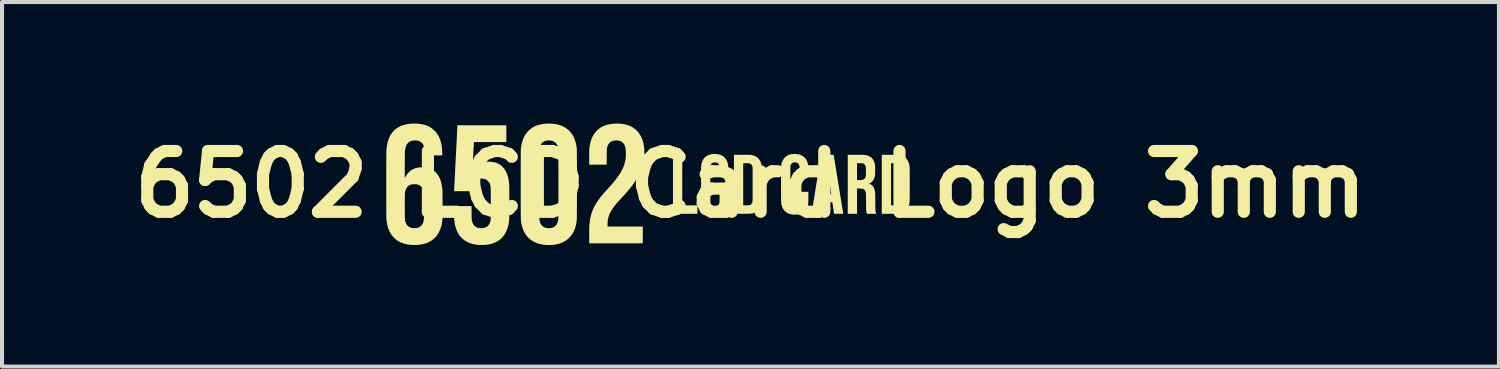
<source format=kicad_pcb>
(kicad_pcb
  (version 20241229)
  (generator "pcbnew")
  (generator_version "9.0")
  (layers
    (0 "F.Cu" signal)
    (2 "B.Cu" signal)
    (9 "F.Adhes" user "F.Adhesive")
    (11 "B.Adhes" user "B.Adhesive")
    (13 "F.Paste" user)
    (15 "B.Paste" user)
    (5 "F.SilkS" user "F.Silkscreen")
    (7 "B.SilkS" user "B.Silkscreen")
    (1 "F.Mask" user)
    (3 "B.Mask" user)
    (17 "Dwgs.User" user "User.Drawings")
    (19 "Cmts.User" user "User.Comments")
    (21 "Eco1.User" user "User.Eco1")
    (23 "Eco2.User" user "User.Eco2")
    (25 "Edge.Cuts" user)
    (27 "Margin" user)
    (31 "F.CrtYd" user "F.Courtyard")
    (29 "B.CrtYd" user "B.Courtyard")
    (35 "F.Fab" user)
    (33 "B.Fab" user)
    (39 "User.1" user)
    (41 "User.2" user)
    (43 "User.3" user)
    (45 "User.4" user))
  (footprint "6502 LCD Card Logo 3mm"
    (layer "F.Cu")
    (at 15.479 1.5)
    (property "Reference" "6502 LCD Card Logo 3mm" (at 0 0 0) (layer "F.SilkS") (effects (font (size 1.5 1.5) (thickness 0.3))))
    (attr board_only exclude_from_pos_files exclude_from_bom)
    (fp_poly (pts (xy -1.685 -0.104) (xy -1.685 0.52) (xy -1.498 0.52) (xy -1.31 0.52) (xy -1.31 0.624) (xy -1.31 0.728) (xy -1.612 0.728) (xy -1.914 0.728) (xy -1.914 0) (xy -1.914 -0.728) (xy -1.8 -0.728) (xy -1.685 -0.728)) (stroke (width 0) (type solid)) (fill yes) (layer "F.SilkS"))
    (fp_poly (pts (xy -0.18 -0.728) (xy -0.147 -0.728) (xy -0.118 -0.728) (xy -0.093 -0.728) (xy -0.072 -0.728) (xy -0.054 -0.728) (xy -0.039 -0.727) (xy -0.026 -0.727) (xy -0.015 -0.726) (xy -0.007 -0.726) (xy 0.001 -0.725) (xy 0.004 -0.725) (xy 0.046 -0.717) (xy 0.085 -0.707) (xy 0.12 -0.692) (xy 0.151 -0.675) (xy 0.179 -0.653) (xy 0.203 -0.628) (xy 0.212 -0.617) (xy 0.232 -0.588) (xy 0.247 -0.556) (xy 0.26 -0.522) (xy 0.27 -0.484) (xy 0.276 -0.443) (xy 0.279 -0.412) (xy 0.279 -0.404) (xy 0.28 -0.392) (xy 0.28 -0.375) (xy 0.28 -0.354) (xy 0.281 -0.329) (xy 0.281 -0.302) (xy 0.281 -0.271) (xy 0.281 -0.238) (xy 0.281 -0.202) (xy 0.281 -0.165) (xy 0.282 -0.126) (xy 0.282 -0.086) (xy 0.282 -0.046) (xy 0.282 -0.005) (xy 0.282 0.036) (xy 0.282 0.077) (xy 0.282 0.117) (xy 0.282 0.156) (xy 0.281 0.194) (xy 0.281 0.229) (xy 0.281 0.263) (xy 0.281 0.294) (xy 0.281 0.323) (xy 0.28 0.348) (xy 0.28 0.37) (xy 0.28 0.388) (xy 0.28 0.401) (xy 0.279 0.41) (xy 0.279 0.411) (xy 0.274 0.458) (xy 0.266 0.501) (xy 0.254 0.54) (xy 0.239 0.575) (xy 0.22 0.607) (xy 0.198 0.635) (xy 0.172 0.659) (xy 0.143 0.68) (xy 0.11 0.697) (xy 0.074 0.71) (xy 0.034 0.72) (xy 0.004 0.725) (xy -0.003 0.725) (xy -0.011 0.726) (xy -0.021 0.727) (xy -0.032 0.727) (xy -0.046 0.727) (xy -0.063 0.728) (xy -0.082 0.728) (xy -0.105 0.728) (xy -0.132 0.728) (xy -0.163 0.728) (xy -0.198 0.728) (xy -0.218 0.728) (xy -0.409 0.728) (xy -0.409 0) (xy -0.409 -0.52) (xy -0.18 -0.52) (xy -0.18 0) (xy -0.18 0.52) (xy -0.111 0.52) (xy -0.089 0.52) (xy -0.071 0.52) (xy -0.057 0.52) (xy -0.046 0.519) (xy -0.037 0.518) (xy -0.03 0.517) (xy -0.027 0.516) (xy -0.006 0.509) (xy 0.012 0.497) (xy 0.026 0.482) (xy 0.037 0.464) (xy 0.046 0.441) (xy 0.048 0.432) (xy 0.048 0.429) (xy 0.049 0.426) (xy 0.049 0.422) (xy 0.05 0.417) (xy 0.05 0.411) (xy 0.05 0.404) (xy 0.051 0.395) (xy 0.051 0.384) (xy 0.051 0.371) (xy 0.051 0.355) (xy 0.051 0.337) (xy 0.052 0.317) (xy 0.052 0.293) (xy 0.052 0.265) (xy 0.052 0.235) (xy 0.052 0.2) (xy 0.052 0.161) (xy 0.052 0.119) (xy 0.052 0.071) (xy 0.052 0.019) (xy 0.052 0) (xy 0.052 -0.054) (xy 0.052 -0.103) (xy 0.052 -0.147) (xy 0.052 -0.187) (xy 0.052 -0.223) (xy 0.052 -0.255) (xy 0.052 -0.284) (xy 0.052 -0.309) (xy 0.052 -0.331) (xy 0.051 -0.35) (xy 0.051 -0.366) (xy 0.051 -0.38) (xy 0.051 -0.391) (xy 0.05 -0.401) (xy 0.05 -0.409) (xy 0.05 -0.415) (xy 0.049 -0.421) (xy 0.049 -0.425) (xy 0.048 -0.428) (xy 0.048 -0.431) (xy 0.048 -0.432) (xy 0.04 -0.457) (xy 0.03 -0.477) (xy 0.017 -0.493) (xy 0.000051 -0.505) (xy -0.02 -0.514) (xy -0.027 -0.516) (xy -0.033 -0.518) (xy -0.041 -0.519) (xy -0.05 -0.519) (xy -0.063 -0.52) (xy -0.078 -0.52) (xy -0.098 -0.52) (xy -0.111 -0.52) (xy -0.18 -0.52) (xy -0.409 -0.52) (xy -0.409 -0.728) (xy -0.218 -0.728)) (stroke (width 0) (type solid)) (fill yes) (layer "F.SilkS"))
    (fp_poly (pts (xy 3.47 -0.728) (xy 3.503 -0.728) (xy 3.532 -0.728) (xy 3.557 -0.728) (xy 3.578 -0.728) (xy 3.596 -0.728) (xy 3.611 -0.727) (xy 3.624 -0.727) (xy 3.635 -0.726) (xy 3.643 -0.726) (xy 3.651 -0.725) (xy 3.654 -0.725) (xy 3.696 -0.717) (xy 3.735 -0.707) (xy 3.77 -0.692) (xy 3.801 -0.674) (xy 3.829 -0.653) (xy 3.853 -0.628) (xy 3.874 -0.599) (xy 3.885 -0.579) (xy 3.898 -0.553) (xy 3.908 -0.527) (xy 3.916 -0.5) (xy 3.922 -0.472) (xy 3.926 -0.44) (xy 3.929 -0.405) (xy 3.929 -0.398) (xy 3.93 -0.386) (xy 3.93 -0.37) (xy 3.93 -0.35) (xy 3.93 -0.326) (xy 3.931 -0.298) (xy 3.931 -0.267) (xy 3.931 -0.234) (xy 3.931 -0.198) (xy 3.931 -0.159) (xy 3.931 -0.119) (xy 3.932 -0.078) (xy 3.932 -0.035) (xy 3.932 0) (xy 3.932 0.043) (xy 3.932 0.086) (xy 3.931 0.127) (xy 3.931 0.167) (xy 3.931 0.205) (xy 3.931 0.24) (xy 3.931 0.274) (xy 3.931 0.304) (xy 3.93 0.331) (xy 3.93 0.354) (xy 3.93 0.374) (xy 3.93 0.389) (xy 3.929 0.4) (xy 3.929 0.405) (xy 3.926 0.441) (xy 3.922 0.472) (xy 3.916 0.501) (xy 3.908 0.528) (xy 3.898 0.553) (xy 3.885 0.579) (xy 3.867 0.61) (xy 3.844 0.638) (xy 3.819 0.662) (xy 3.789 0.682) (xy 3.757 0.698) (xy 3.72 0.711) (xy 3.681 0.721) (xy 3.654 0.725) (xy 3.647 0.725) (xy 3.639 0.726) (xy 3.629 0.727) (xy 3.618 0.727) (xy 3.604 0.727) (xy 3.587 0.728) (xy 3.568 0.728) (xy 3.545 0.728) (xy 3.518 0.728) (xy 3.487 0.728) (xy 3.452 0.728) (xy 3.432 0.728) (xy 3.241 0.728) (xy 3.241 0) (xy 3.241 -0.52) (xy 3.47 -0.52) (xy 3.47 0) (xy 3.47 0.52) (xy 3.539 0.52) (xy 3.563 0.52) (xy 3.582 0.52) (xy 3.597 0.519) (xy 3.609 0.519) (xy 3.617 0.518) (xy 3.621 0.517) (xy 3.636 0.512) (xy 3.648 0.507) (xy 3.658 0.5) (xy 3.665 0.493) (xy 3.679 0.477) (xy 3.69 0.457) (xy 3.697 0.433) (xy 3.698 0.432) (xy 3.698 0.429) (xy 3.699 0.426) (xy 3.699 0.422) (xy 3.7 0.417) (xy 3.7 0.411) (xy 3.7 0.403) (xy 3.701 0.394) (xy 3.701 0.383) (xy 3.701 0.37) (xy 3.701 0.355) (xy 3.701 0.336) (xy 3.702 0.315) (xy 3.702 0.291) (xy 3.702 0.264) (xy 3.702 0.233) (xy 3.702 0.198) (xy 3.702 0.159) (xy 3.702 0.116) (xy 3.702 0.068) (xy 3.702 0.016) (xy 3.702 0) (xy 3.702 -0.054) (xy 3.702 -0.103) (xy 3.702 -0.147) (xy 3.702 -0.187) (xy 3.702 -0.223) (xy 3.702 -0.255) (xy 3.702 -0.284) (xy 3.702 -0.309) (xy 3.702 -0.331) (xy 3.701 -0.35) (xy 3.701 -0.366) (xy 3.701 -0.38) (xy 3.701 -0.391) (xy 3.7 -0.401) (xy 3.7 -0.409) (xy 3.7 -0.415) (xy 3.699 -0.421) (xy 3.699 -0.425) (xy 3.698 -0.428) (xy 3.698 -0.431) (xy 3.698 -0.432) (xy 3.69 -0.456) (xy 3.68 -0.476) (xy 3.666 -0.493) (xy 3.666 -0.493) (xy 3.658 -0.5) (xy 3.65 -0.506) (xy 3.642 -0.51) (xy 3.633 -0.514) (xy 3.622 -0.516) (xy 3.61 -0.518) (xy 3.594 -0.519) (xy 3.575 -0.52) (xy 3.551 -0.52) (xy 3.539 -0.52) (xy 3.47 -0.52) (xy 3.241 -0.52) (xy 3.241 -0.728) (xy 3.432 -0.728)) (stroke (width 0) (type solid)) (fill yes) (layer "F.SilkS"))
    (fp_poly (pts (xy -0.874 -0.749) (xy -0.855 -0.748) (xy -0.839 -0.747) (xy -0.826 -0.746) (xy -0.786 -0.739) (xy -0.751 -0.729) (xy -0.718 -0.716) (xy -0.703 -0.709) (xy -0.672 -0.69) (xy -0.645 -0.666) (xy -0.62 -0.639) (xy -0.599 -0.609) (xy -0.582 -0.575) (xy -0.568 -0.537) (xy -0.564 -0.524) (xy -0.561 -0.512) (xy -0.558 -0.502) (xy -0.556 -0.492) (xy -0.554 -0.481) (xy -0.553 -0.471) (xy -0.552 -0.458) (xy -0.551 -0.444) (xy -0.55 -0.427) (xy -0.55 -0.408) (xy -0.549 -0.384) (xy -0.549 -0.356) (xy -0.549 -0.35) (xy -0.548 -0.239) (xy -0.656 -0.239) (xy -0.764 -0.239) (xy -0.764 -0.336) (xy -0.764 -0.363) (xy -0.764 -0.385) (xy -0.764 -0.403) (xy -0.765 -0.418) (xy -0.765 -0.429) (xy -0.766 -0.439) (xy -0.767 -0.446) (xy -0.768 -0.452) (xy -0.768 -0.452) (xy -0.775 -0.477) (xy -0.785 -0.497) (xy -0.798 -0.514) (xy -0.814 -0.526) (xy -0.834 -0.535) (xy -0.857 -0.54) (xy -0.878 -0.541) (xy -0.904 -0.539) (xy -0.926 -0.534) (xy -0.945 -0.524) (xy -0.961 -0.511) (xy -0.973 -0.494) (xy -0.983 -0.472) (xy -0.989 -0.452) (xy -0.989 -0.447) (xy -0.99 -0.437) (xy -0.99 -0.423) (xy -0.991 -0.404) (xy -0.991 -0.382) (xy -0.991 -0.357) (xy -0.992 -0.328) (xy -0.992 -0.296) (xy -0.992 -0.263) (xy -0.992 -0.226) (xy -0.993 -0.189) (xy -0.993 -0.149) (xy -0.993 -0.109) (xy -0.993 -0.067) (xy -0.993 -0.025) (xy -0.993 0.017) (xy -0.993 0.059) (xy -0.993 0.1) (xy -0.993 0.141) (xy -0.993 0.181) (xy -0.992 0.219) (xy -0.992 0.255) (xy -0.992 0.29) (xy -0.992 0.322) (xy -0.991 0.351) (xy -0.991 0.377) (xy -0.991 0.4) (xy -0.99 0.419) (xy -0.99 0.434) (xy -0.989 0.445) (xy -0.989 0.451) (xy -0.989 0.451) (xy -0.982 0.476) (xy -0.973 0.496) (xy -0.96 0.512) (xy -0.945 0.525) (xy -0.927 0.534) (xy -0.905 0.539) (xy -0.895 0.54) (xy -0.869 0.541) (xy -0.845 0.538) (xy -0.824 0.531) (xy -0.805 0.52) (xy -0.79 0.505) (xy -0.779 0.486) (xy -0.775 0.477) (xy -0.772 0.471) (xy -0.77 0.465) (xy -0.769 0.458) (xy -0.767 0.451) (xy -0.766 0.442) (xy -0.766 0.432) (xy -0.765 0.419) (xy -0.765 0.404) (xy -0.764 0.385) (xy -0.764 0.363) (xy -0.764 0.337) (xy -0.764 0.311) (xy -0.764 0.185) (xy -0.656 0.185) (xy -0.548 0.185) (xy -0.549 0.323) (xy -0.549 0.354) (xy -0.55 0.381) (xy -0.55 0.404) (xy -0.55 0.423) (xy -0.551 0.44) (xy -0.551 0.453) (xy -0.552 0.465) (xy -0.553 0.476) (xy -0.555 0.485) (xy -0.557 0.494) (xy -0.559 0.504) (xy -0.561 0.513) (xy -0.564 0.524) (xy -0.576 0.559) (xy -0.591 0.593) (xy -0.61 0.624) (xy -0.631 0.652) (xy -0.655 0.677) (xy -0.667 0.686) (xy -0.695 0.705) (xy -0.726 0.72) (xy -0.761 0.732) (xy -0.799 0.742) (xy -0.826 0.746) (xy -0.835 0.747) (xy -0.848 0.748) (xy -0.864 0.748) (xy -0.881 0.748) (xy -0.898 0.748) (xy -0.914 0.748) (xy -0.927 0.748) (xy -0.937 0.747) (xy -0.952 0.745) (xy -0.969 0.742) (xy -0.988 0.738) (xy -1.005 0.733) (xy -1.02 0.729) (xy -1.022 0.728) (xy -1.057 0.713) (xy -1.089 0.695) (xy -1.118 0.672) (xy -1.143 0.646) (xy -1.165 0.616) (xy -1.183 0.582) (xy -1.198 0.545) (xy -1.21 0.504) (xy -1.214 0.484) (xy -1.22 0.453) (xy -1.22 0) (xy -1.22 -0.453) (xy -1.214 -0.484) (xy -1.204 -0.527) (xy -1.191 -0.566) (xy -1.174 -0.601) (xy -1.154 -0.633) (xy -1.13 -0.661) (xy -1.103 -0.685) (xy -1.073 -0.705) (xy -1.039 -0.721) (xy -1.002 -0.734) (xy -0.961 -0.743) (xy -0.943 -0.746) (xy -0.93 -0.747) (xy -0.913 -0.748) (xy -0.894 -0.749)) (stroke (width 0) (type solid)) (fill yes) (layer "F.SilkS"))
    (fp_poly (pts (xy 2.63 -0.728) (xy 2.666 -0.728) (xy 2.698 -0.728) (xy 2.727 -0.728) (xy 2.751 -0.727) (xy 2.773 -0.727) (xy 2.792 -0.726) (xy 2.808 -0.725) (xy 2.823 -0.723) (xy 2.836 -0.722) (xy 2.848 -0.72) (xy 2.859 -0.717) (xy 2.87 -0.715) (xy 2.881 -0.711) (xy 2.892 -0.708) (xy 2.895 -0.707) (xy 2.928 -0.694) (xy 2.958 -0.678) (xy 2.984 -0.66) (xy 3.006 -0.638) (xy 3.026 -0.612) (xy 3.042 -0.583) (xy 3.056 -0.55) (xy 3.066 -0.512) (xy 3.073 -0.481) (xy 3.074 -0.47) (xy 3.076 -0.456) (xy 3.076 -0.437) (xy 3.077 -0.416) (xy 3.078 -0.393) (xy 3.078 -0.368) (xy 3.078 -0.343) (xy 3.078 -0.318) (xy 3.077 -0.294) (xy 3.077 -0.272) (xy 3.076 -0.252) (xy 3.075 -0.235) (xy 3.074 -0.223) (xy 3.073 -0.218) (xy 3.064 -0.179) (xy 3.052 -0.143) (xy 3.037 -0.112) (xy 3.019 -0.084) (xy 2.998 -0.061) (xy 2.973 -0.041) (xy 2.95 -0.027) (xy 2.941 -0.022) (xy 2.934 -0.018) (xy 2.93 -0.015) (xy 2.93 -0.014) (xy 2.933 -0.012) (xy 2.938 -0.009) (xy 2.94 -0.009) (xy 2.966 0.002) (xy 2.989 0.017) (xy 3.01 0.035) (xy 3.028 0.056) (xy 3.043 0.082) (xy 3.055 0.111) (xy 3.065 0.144) (xy 3.073 0.182) (xy 3.075 0.199) (xy 3.076 0.205) (xy 3.077 0.213) (xy 3.078 0.223) (xy 3.078 0.234) (xy 3.079 0.249) (xy 3.079 0.266) (xy 3.08 0.286) (xy 3.08 0.309) (xy 3.08 0.337) (xy 3.081 0.368) (xy 3.081 0.405) (xy 3.081 0.434) (xy 3.082 0.477) (xy 3.082 0.516) (xy 3.083 0.551) (xy 3.083 0.581) (xy 3.084 0.606) (xy 3.084 0.627) (xy 3.085 0.642) (xy 3.086 0.653) (xy 3.086 0.659) (xy 3.091 0.682) (xy 3.097 0.703) (xy 3.102 0.717) (xy 3.107 0.728) (xy 2.99 0.728) (xy 2.874 0.728) (xy 2.869 0.711) (xy 2.866 0.704) (xy 2.864 0.696) (xy 2.862 0.689) (xy 2.861 0.682) (xy 2.859 0.674) (xy 2.858 0.666) (xy 2.857 0.656) (xy 2.856 0.644) (xy 2.856 0.631) (xy 2.855 0.615) (xy 2.855 0.596) (xy 2.854 0.574) (xy 2.854 0.549) (xy 2.854 0.519) (xy 2.853 0.486) (xy 2.853 0.448) (xy 2.853 0.437) (xy 2.853 0.398) (xy 2.852 0.364) (xy 2.852 0.335) (xy 2.852 0.31) (xy 2.851 0.288) (xy 2.851 0.27) (xy 2.851 0.255) (xy 2.85 0.242) (xy 2.85 0.232) (xy 2.849 0.224) (xy 2.849 0.218) (xy 2.848 0.213) (xy 2.847 0.208) (xy 2.847 0.206) (xy 2.841 0.186) (xy 2.836 0.169) (xy 2.829 0.156) (xy 2.82 0.144) (xy 2.811 0.135) (xy 2.801 0.126) (xy 2.789 0.119) (xy 2.776 0.114) (xy 2.761 0.11) (xy 2.743 0.107) (xy 2.722 0.105) (xy 2.697 0.104) (xy 2.681 0.104) (xy 2.63 0.104) (xy 2.63 0.416) (xy 2.63 0.728) (xy 2.515 0.728) (xy 2.401 0.728) (xy 2.401 0) (xy 2.401 -0.521) (xy 2.63 -0.521) (xy 2.63 -0.312) (xy 2.63 -0.104) (xy 2.681 -0.104) (xy 2.702 -0.104) (xy 2.721 -0.105) (xy 2.737 -0.106) (xy 2.749 -0.107) (xy 2.752 -0.108) (xy 2.776 -0.114) (xy 2.796 -0.124) (xy 2.813 -0.138) (xy 2.828 -0.155) (xy 2.838 -0.177) (xy 2.844 -0.194) (xy 2.846 -0.201) (xy 2.847 -0.213) (xy 2.848 -0.228) (xy 2.849 -0.245) (xy 2.849 -0.265) (xy 2.85 -0.287) (xy 2.85 -0.309) (xy 2.85 -0.331) (xy 2.85 -0.352) (xy 2.85 -0.372) (xy 2.85 -0.389) (xy 2.849 -0.404) (xy 2.848 -0.415) (xy 2.848 -0.416) (xy 2.842 -0.443) (xy 2.834 -0.466) (xy 2.823 -0.484) (xy 2.809 -0.499) (xy 2.792 -0.51) (xy 2.785 -0.513) (xy 2.78 -0.515) (xy 2.776 -0.516) (xy 2.771 -0.517) (xy 2.764 -0.518) (xy 2.755 -0.519) (xy 2.744 -0.519) (xy 2.729 -0.519) (xy 2.711 -0.52) (xy 2.7 -0.52) (xy 2.63 -0.521) (xy 2.401 -0.521) (xy 2.401 -0.728) (xy 2.589 -0.728)) (stroke (width 0) (type solid)) (fill yes) (layer "F.SilkS"))
    (fp_poly (pts (xy 1.104 -0.748) (xy 1.125 -0.747) (xy 1.145 -0.746) (xy 1.162 -0.745) (xy 1.174 -0.743) (xy 1.215 -0.733) (xy 1.252 -0.719) (xy 1.285 -0.701) (xy 1.315 -0.68) (xy 1.342 -0.656) (xy 1.365 -0.627) (xy 1.384 -0.595) (xy 1.4 -0.56) (xy 1.413 -0.52) (xy 1.419 -0.495) (xy 1.422 -0.478) (xy 1.424 -0.458) (xy 1.426 -0.436) (xy 1.427 -0.411) (xy 1.428 -0.382) (xy 1.429 -0.349) (xy 1.429 -0.317) (xy 1.429 -0.239) (xy 1.321 -0.239) (xy 1.214 -0.239) (xy 1.213 -0.339) (xy 1.212 -0.365) (xy 1.212 -0.386) (xy 1.212 -0.403) (xy 1.211 -0.417) (xy 1.211 -0.428) (xy 1.21 -0.437) (xy 1.209 -0.444) (xy 1.209 -0.45) (xy 1.207 -0.455) (xy 1.206 -0.46) (xy 1.198 -0.484) (xy 1.187 -0.503) (xy 1.173 -0.518) (xy 1.156 -0.53) (xy 1.136 -0.537) (xy 1.116 -0.54) (xy 1.088 -0.541) (xy 1.064 -0.538) (xy 1.043 -0.531) (xy 1.025 -0.52) (xy 1.01 -0.505) (xy 0.999 -0.486) (xy 0.997 -0.483) (xy 0.995 -0.479) (xy 0.994 -0.476) (xy 0.992 -0.472) (xy 0.991 -0.468) (xy 0.99 -0.464) (xy 0.989 -0.459) (xy 0.988 -0.453) (xy 0.987 -0.445) (xy 0.986 -0.437) (xy 0.986 -0.426) (xy 0.985 -0.414) (xy 0.985 -0.399) (xy 0.985 -0.382) (xy 0.984 -0.362) (xy 0.984 -0.34) (xy 0.984 -0.314) (xy 0.984 -0.285) (xy 0.984 -0.253) (xy 0.984 -0.216) (xy 0.984 -0.176) (xy 0.984 -0.131) (xy 0.984 -0.082) (xy 0.984 -0.029) (xy 0.984 0.001) (xy 0.984 0.057) (xy 0.984 0.108) (xy 0.984 0.154) (xy 0.984 0.195) (xy 0.984 0.233) (xy 0.984 0.267) (xy 0.984 0.297) (xy 0.984 0.323) (xy 0.984 0.346) (xy 0.984 0.366) (xy 0.984 0.384) (xy 0.984 0.399) (xy 0.985 0.412) (xy 0.985 0.422) (xy 0.985 0.431) (xy 0.986 0.438) (xy 0.986 0.444) (xy 0.986 0.448) (xy 0.987 0.452) (xy 0.987 0.455) (xy 0.988 0.457) (xy 0.988 0.458) (xy 0.996 0.482) (xy 1.007 0.501) (xy 1.021 0.517) (xy 1.038 0.529) (xy 1.058 0.536) (xy 1.08 0.54) (xy 1.106 0.541) (xy 1.13 0.538) (xy 1.151 0.531) (xy 1.169 0.522) (xy 1.174 0.517) (xy 1.185 0.506) (xy 1.193 0.495) (xy 1.2 0.48) (xy 1.203 0.472) (xy 1.205 0.465) (xy 1.207 0.457) (xy 1.209 0.447) (xy 1.21 0.436) (xy 1.211 0.423) (xy 1.212 0.407) (xy 1.212 0.388) (xy 1.213 0.365) (xy 1.213 0.338) (xy 1.213 0.307) (xy 1.213 0.296) (xy 1.213 0.185) (xy 1.321 0.185) (xy 1.429 0.185) (xy 1.429 0.29) (xy 1.429 0.327) (xy 1.429 0.359) (xy 1.428 0.387) (xy 1.427 0.411) (xy 1.426 0.432) (xy 1.425 0.451) (xy 1.423 0.468) (xy 1.421 0.483) (xy 1.419 0.495) (xy 1.408 0.536) (xy 1.394 0.574) (xy 1.377 0.609) (xy 1.356 0.639) (xy 1.331 0.666) (xy 1.303 0.69) (xy 1.272 0.709) (xy 1.238 0.725) (xy 1.225 0.73) (xy 1.207 0.735) (xy 1.19 0.74) (xy 1.174 0.743) (xy 1.156 0.745) (xy 1.135 0.746) (xy 1.111 0.747) (xy 1.102 0.747) (xy 1.085 0.748) (xy 1.069 0.748) (xy 1.056 0.748) (xy 1.046 0.748) (xy 1.039 0.747) (xy 1.038 0.747) (xy 0.996 0.74) (xy 0.957 0.729) (xy 0.922 0.715) (xy 0.89 0.697) (xy 0.861 0.675) (xy 0.836 0.65) (xy 0.814 0.621) (xy 0.799 0.594) (xy 0.784 0.563) (xy 0.773 0.53) (xy 0.764 0.495) (xy 0.759 0.457) (xy 0.756 0.433) (xy 0.756 0.425) (xy 0.756 0.413) (xy 0.755 0.397) (xy 0.755 0.376) (xy 0.755 0.352) (xy 0.755 0.325) (xy 0.755 0.294) (xy 0.754 0.261) (xy 0.754 0.226) (xy 0.754 0.188) (xy 0.754 0.149) (xy 0.754 0.109) (xy 0.754 0.068) (xy 0.754 0.026) (xy 0.754 -0.016) (xy 0.754 -0.058) (xy 0.754 -0.099) (xy 0.754 -0.14) (xy 0.754 -0.179) (xy 0.754 -0.217) (xy 0.754 -0.253) (xy 0.755 -0.287) (xy 0.755 -0.318) (xy 0.755 -0.346) (xy 0.755 -0.371) (xy 0.755 -0.392) (xy 0.756 -0.41) (xy 0.756 -0.423) (xy 0.756 -0.431) (xy 0.756 -0.433) (xy 0.761 -0.473) (xy 0.767 -0.51) (xy 0.777 -0.544) (xy 0.79 -0.576) (xy 0.799 -0.594) (xy 0.818 -0.626) (xy 0.84 -0.654) (xy 0.865 -0.679) (xy 0.894 -0.699) (xy 0.926 -0.717) (xy 0.961 -0.731) (xy 1.001 -0.741) (xy 1.009 -0.743) (xy 1.022 -0.745) (xy 1.04 -0.746) (xy 1.06 -0.747) (xy 1.081 -0.748)) (stroke (width 0) (type solid)) (fill yes) (layer "F.SilkS"))
    (fp_poly (pts (xy -3.276 -1.498) (xy -3.253 -1.498) (xy -3.233 -1.497) (xy -3.215 -1.496) (xy -3.203 -1.495) (xy -3.143 -1.487) (xy -3.086 -1.476) (xy -3.033 -1.461) (xy -2.983 -1.442) (xy -2.937 -1.421) (xy -2.894 -1.395) (xy -2.854 -1.366) (xy -2.817 -1.334) (xy -2.805 -1.322) (xy -2.771 -1.284) (xy -2.741 -1.244) (xy -2.714 -1.2) (xy -2.691 -1.154) (xy -2.671 -1.105) (xy -2.654 -1.052) (xy -2.64 -0.995) (xy -2.63 -0.934) (xy -2.626 -0.906) (xy -2.624 -0.89) (xy -2.623 -0.87) (xy -2.622 -0.846) (xy -2.621 -0.821) (xy -2.62 -0.795) (xy -2.62 -0.768) (xy -2.62 -0.742) (xy -2.62 -0.719) (xy -2.621 -0.698) (xy -2.622 -0.682) (xy -2.63 -0.611) (xy -2.642 -0.542) (xy -2.658 -0.474) (xy -2.679 -0.407) (xy -2.704 -0.34) (xy -2.733 -0.273) (xy -2.767 -0.206) (xy -2.805 -0.139) (xy -2.849 -0.071) (xy -2.89 -0.012) (xy -2.915 0.022) (xy -2.941 0.056) (xy -2.967 0.089) (xy -2.994 0.122) (xy -3.023 0.157) (xy -3.053 0.192) (xy -3.086 0.23) (xy -3.122 0.269) (xy -3.161 0.312) (xy -3.173 0.325) (xy -3.198 0.352) (xy -3.22 0.376) (xy -3.239 0.397) (xy -3.256 0.416) (xy -3.272 0.434) (xy -3.286 0.449) (xy -3.299 0.465) (xy -3.311 0.479) (xy -3.323 0.494) (xy -3.336 0.51) (xy -3.346 0.522) (xy -3.379 0.565) (xy -3.407 0.605) (xy -3.432 0.644) (xy -3.454 0.681) (xy -3.473 0.718) (xy -3.488 0.754) (xy -3.501 0.791) (xy -3.512 0.828) (xy -3.514 0.838) (xy -3.519 0.864) (xy -3.524 0.889) (xy -3.526 0.916) (xy -3.528 0.944) (xy -3.529 0.977) (xy -3.529 0.985) (xy -3.529 1.042) (xy -3.095 1.043) (xy -2.66 1.043) (xy -2.66 1.25) (xy -2.66 1.457) (xy -3.321 1.457) (xy -3.982 1.457) (xy -3.982 1.263) (xy -3.982 1.222) (xy -3.982 1.186) (xy -3.982 1.154) (xy -3.982 1.126) (xy -3.982 1.102) (xy -3.981 1.08) (xy -3.981 1.062) (xy -3.98 1.046) (xy -3.98 1.032) (xy -3.979 1.02) (xy -3.979 1.019) (xy -3.972 0.948) (xy -3.963 0.88) (xy -3.951 0.816) (xy -3.936 0.754) (xy -3.917 0.695) (xy -3.896 0.637) (xy -3.87 0.58) (xy -3.841 0.523) (xy -3.808 0.466) (xy -3.77 0.409) (xy -3.728 0.351) (xy -3.72 0.34) (xy -3.704 0.319) (xy -3.689 0.299) (xy -3.673 0.28) (xy -3.657 0.26) (xy -3.64 0.24) (xy -3.622 0.219) (xy -3.602 0.196) (xy -3.579 0.171) (xy -3.554 0.144) (xy -3.527 0.114) (xy -3.496 0.08) (xy -3.467 0.049) (xy -3.442 0.02) (xy -3.419 -0.006) (xy -3.397 -0.031) (xy -3.377 -0.055) (xy -3.357 -0.079) (xy -3.339 -0.103) (xy -3.32 -0.127) (xy -3.307 -0.144) (xy -3.266 -0.199) (xy -3.23 -0.253) (xy -3.198 -0.305) (xy -3.171 -0.357) (xy -3.147 -0.407) (xy -3.127 -0.457) (xy -3.111 -0.507) (xy -3.109 -0.515) (xy -3.097 -0.561) (xy -3.088 -0.605) (xy -3.082 -0.648) (xy -3.078 -0.692) (xy -3.077 -0.738) (xy -3.077 -0.775) (xy -3.079 -0.82) (xy -3.083 -0.86) (xy -3.088 -0.896) (xy -3.096 -0.928) (xy -3.106 -0.956) (xy -3.117 -0.981) (xy -3.131 -1.003) (xy -3.148 -1.023) (xy -3.167 -1.039) (xy -3.18 -1.049) (xy -3.207 -1.063) (xy -3.237 -1.074) (xy -3.27 -1.081) (xy -3.306 -1.083) (xy -3.329 -1.083) (xy -3.356 -1.081) (xy -3.38 -1.077) (xy -3.402 -1.07) (xy -3.424 -1.062) (xy -3.432 -1.058) (xy -3.458 -1.042) (xy -3.481 -1.022) (xy -3.5 -0.999) (xy -3.517 -0.972) (xy -3.53 -0.94) (xy -3.537 -0.917) (xy -3.539 -0.908) (xy -3.541 -0.9) (xy -3.543 -0.893) (xy -3.544 -0.885) (xy -3.546 -0.876) (xy -3.547 -0.867) (xy -3.547 -0.856) (xy -3.548 -0.843) (xy -3.549 -0.829) (xy -3.549 -0.811) (xy -3.549 -0.791) (xy -3.55 -0.767) (xy -3.55 -0.739) (xy -3.55 -0.707) (xy -3.55 -0.671) (xy -3.551 -0.485) (xy -3.767 -0.485) (xy -3.983 -0.485) (xy -3.982 -0.676) (xy -3.982 -0.713) (xy -3.981 -0.745) (xy -3.981 -0.774) (xy -3.981 -0.798) (xy -3.981 -0.819) (xy -3.98 -0.837) (xy -3.98 -0.852) (xy -3.979 -0.864) (xy -3.979 -0.875) (xy -3.978 -0.885) (xy -3.977 -0.893) (xy -3.977 -0.901) (xy -3.976 -0.902) (xy -3.967 -0.964) (xy -3.955 -1.022) (xy -3.94 -1.077) (xy -3.922 -1.127) (xy -3.901 -1.174) (xy -3.877 -1.218) (xy -3.849 -1.26) (xy -3.818 -1.298) (xy -3.784 -1.334) (xy -3.783 -1.335) (xy -3.746 -1.368) (xy -3.705 -1.397) (xy -3.662 -1.422) (xy -3.615 -1.444) (xy -3.564 -1.462) (xy -3.51 -1.477) (xy -3.453 -1.488) (xy -3.399 -1.495) (xy -3.385 -1.497) (xy -3.367 -1.497) (xy -3.346 -1.498) (xy -3.323 -1.498) (xy -3.299 -1.498)) (stroke (width 0) (type solid)) (fill yes) (layer "F.SilkS"))
    (fp_poly (pts (xy 1.861 -0.729) (xy 1.885 -0.728) (xy 1.909 -0.728) (xy 1.933 -0.728) (xy 1.957 -0.728) (xy 1.978 -0.728) (xy 1.999 -0.728) (xy 2.016 -0.728) (xy 2.031 -0.728) (xy 2.043 -0.728) (xy 2.05 -0.727) (xy 2.053 -0.727) (xy 2.053 -0.727) (xy 2.054 -0.725) (xy 2.055 -0.717) (xy 2.057 -0.705) (xy 2.06 -0.689) (xy 2.063 -0.668) (xy 2.067 -0.644) (xy 2.072 -0.615) (xy 2.077 -0.583) (xy 2.083 -0.547) (xy 2.089 -0.509) (xy 2.096 -0.467) (xy 2.103 -0.422) (xy 2.111 -0.375) (xy 2.119 -0.326) (xy 2.127 -0.274) (xy 2.136 -0.22) (xy 2.145 -0.164) (xy 2.154 -0.107) (xy 2.164 -0.048) (xy 2.17 -0.008) (xy 2.18 0.051) (xy 2.189 0.11) (xy 2.199 0.167) (xy 2.208 0.222) (xy 2.216 0.276) (xy 2.225 0.327) (xy 2.233 0.377) (xy 2.24 0.423) (xy 2.248 0.467) (xy 2.254 0.509) (xy 2.261 0.547) (xy 2.266 0.582) (xy 2.271 0.613) (xy 2.276 0.641) (xy 2.28 0.665) (xy 2.283 0.685) (xy 2.286 0.7) (xy 2.287 0.711) (xy 2.288 0.717) (xy 2.289 0.719) (xy 2.29 0.728) (xy 2.176 0.728) (xy 2.147 0.728) (xy 2.124 0.728) (xy 2.105 0.728) (xy 2.09 0.728) (xy 2.078 0.728) (xy 2.07 0.727) (xy 2.064 0.727) (xy 2.062 0.726) (xy 2.061 0.725) (xy 2.061 0.722) (xy 2.06 0.715) (xy 2.058 0.703) (xy 2.056 0.688) (xy 2.054 0.671) (xy 2.051 0.651) (xy 2.048 0.63) (xy 2.045 0.607) (xy 2.041 0.585) (xy 2.038 0.562) (xy 2.035 0.54) (xy 2.032 0.519) (xy 2.029 0.499) (xy 2.027 0.483) (xy 2.024 0.469) (xy 2.023 0.458) (xy 2.022 0.452) (xy 2.022 0.45) (xy 2.02 0.444) (xy 1.89 0.444) (xy 1.864 0.444) (xy 1.841 0.444) (xy 1.819 0.444) (xy 1.8 0.444) (xy 1.784 0.445) (xy 1.772 0.445) (xy 1.763 0.445) (xy 1.759 0.445) (xy 1.759 0.445) (xy 1.759 0.448) (xy 1.758 0.455) (xy 1.756 0.466) (xy 1.754 0.481) (xy 1.751 0.5) (xy 1.748 0.521) (xy 1.745 0.544) (xy 1.741 0.569) (xy 1.739 0.585) (xy 1.735 0.611) (xy 1.731 0.636) (xy 1.728 0.658) (xy 1.725 0.678) (xy 1.723 0.695) (xy 1.721 0.709) (xy 1.719 0.719) (xy 1.719 0.725) (xy 1.718 0.726) (xy 1.716 0.727) (xy 1.709 0.727) (xy 1.698 0.728) (xy 1.683 0.728) (xy 1.666 0.728) (xy 1.646 0.728) (xy 1.624 0.728) (xy 1.612 0.728) (xy 1.506 0.728) (xy 1.585 0.244) (xy 1.787 0.244) (xy 1.789 0.245) (xy 1.796 0.245) (xy 1.807 0.245) (xy 1.822 0.246) (xy 1.839 0.246) (xy 1.859 0.246) (xy 1.881 0.246) (xy 1.89 0.246) (xy 1.917 0.246) (xy 1.939 0.246) (xy 1.957 0.246) (xy 1.971 0.246) (xy 1.981 0.245) (xy 1.988 0.245) (xy 1.991 0.244) (xy 1.993 0.243) (xy 1.992 0.24) (xy 1.991 0.233) (xy 1.989 0.221) (xy 1.987 0.204) (xy 1.984 0.184) (xy 1.981 0.161) (xy 1.977 0.134) (xy 1.973 0.105) (xy 1.969 0.072) (xy 1.964 0.038) (xy 1.959 0.001) (xy 1.953 -0.037) (xy 1.948 -0.077) (xy 1.942 -0.117) (xy 1.936 -0.159) (xy 1.93 -0.201) (xy 1.924 -0.243) (xy 1.918 -0.285) (xy 1.912 -0.326) (xy 1.91 -0.341) (xy 1.907 -0.366) (xy 1.903 -0.39) (xy 1.9 -0.412) (xy 1.897 -0.431) (xy 1.895 -0.447) (xy 1.893 -0.46) (xy 1.891 -0.469) (xy 1.89 -0.473) (xy 1.89 -0.474) (xy 1.887 -0.474) (xy 1.887 -0.474) (xy 1.887 -0.472) (xy 1.886 -0.465) (xy 1.884 -0.453) (xy 1.882 -0.437) (xy 1.879 -0.418) (xy 1.876 -0.396) (xy 1.872 -0.37) (xy 1.868 -0.342) (xy 1.864 -0.312) (xy 1.859 -0.279) (xy 1.855 -0.245) (xy 1.85 -0.21) (xy 1.845 -0.174) (xy 1.84 -0.138) (xy 1.834 -0.101) (xy 1.829 -0.064) (xy 1.824 -0.028) (xy 1.819 0.008) (xy 1.815 0.042) (xy 1.81 0.074) (xy 1.806 0.105) (xy 1.802 0.134) (xy 1.798 0.16) (xy 1.795 0.183) (xy 1.792 0.203) (xy 1.79 0.22) (xy 1.788 0.232) (xy 1.787 0.24) (xy 1.787 0.244) (xy 1.787 0.244) (xy 1.585 0.244) (xy 1.625 0.001) (xy 1.635 -0.059) (xy 1.644 -0.118) (xy 1.654 -0.175) (xy 1.663 -0.231) (xy 1.671 -0.285) (xy 1.68 -0.336) (xy 1.688 -0.385) (xy 1.695 -0.432) (xy 1.703 -0.476) (xy 1.709 -0.518) (xy 1.716 -0.556) (xy 1.721 -0.591) (xy 1.726 -0.622) (xy 1.731 -0.65) (xy 1.735 -0.673) (xy 1.738 -0.693) (xy 1.74 -0.709) (xy 1.742 -0.72) (xy 1.743 -0.726) (xy 1.744 -0.728) (xy 1.746 -0.728) (xy 1.753 -0.728) (xy 1.764 -0.728) (xy 1.779 -0.728) (xy 1.796 -0.728) (xy 1.816 -0.728) (xy 1.838 -0.729)) (stroke (width 0) (type solid)) (fill yes) (layer "F.SilkS"))
    (fp_poly (pts (xy -4.929 -1.498) (xy -4.872 -1.494) (xy -4.816 -1.486) (xy -4.762 -1.476) (xy -4.712 -1.462) (xy -4.711 -1.462) (xy -4.661 -1.444) (xy -4.615 -1.423) (xy -4.572 -1.398) (xy -4.532 -1.37) (xy -4.494 -1.339) (xy -4.472 -1.317) (xy -4.437 -1.279) (xy -4.406 -1.237) (xy -4.378 -1.191) (xy -4.354 -1.143) (xy -4.334 -1.091) (xy -4.317 -1.035) (xy -4.303 -0.976) (xy -4.293 -0.913) (xy -4.289 -0.883) (xy -4.289 -0.878) (xy -4.288 -0.867) (xy -4.288 -0.852) (xy -4.288 -0.832) (xy -4.288 -0.809) (xy -4.287 -0.781) (xy -4.287 -0.75) (xy -4.287 -0.715) (xy -4.287 -0.677) (xy -4.287 -0.636) (xy -4.286 -0.592) (xy -4.286 -0.546) (xy -4.286 -0.498) (xy -4.286 -0.447) (xy -4.286 -0.394) (xy -4.286 -0.34) (xy -4.286 -0.285) (xy -4.286 -0.228) (xy -4.286 -0.171) (xy -4.285 -0.113) (xy -4.285 -0.054) (xy -4.285 0.005) (xy -4.285 0.063) (xy -4.285 0.122) (xy -4.286 0.18) (xy -4.286 0.237) (xy -4.286 0.294) (xy -4.286 0.349) (xy -4.286 0.403) (xy -4.286 0.455) (xy -4.286 0.505) (xy -4.286 0.554) (xy -4.286 0.599) (xy -4.287 0.643) (xy -4.287 0.683) (xy -4.287 0.721) (xy -4.287 0.755) (xy -4.287 0.786) (xy -4.288 0.813) (xy -4.288 0.836) (xy -4.288 0.855) (xy -4.289 0.869) (xy -4.289 0.879) (xy -4.289 0.883) (xy -4.298 0.947) (xy -4.31 1.008) (xy -4.325 1.064) (xy -4.343 1.117) (xy -4.365 1.166) (xy -4.373 1.18) (xy -4.401 1.228) (xy -4.432 1.272) (xy -4.467 1.312) (xy -4.505 1.348) (xy -4.546 1.38) (xy -4.591 1.409) (xy -4.638 1.433) (xy -4.689 1.454) (xy -4.744 1.471) (xy -4.801 1.484) (xy -4.837 1.49) (xy -4.881 1.495) (xy -4.929 1.498) (xy -4.977 1.5) (xy -5.023 1.499) (xy -5.036 1.498) (xy -5.1 1.493) (xy -5.16 1.483) (xy -5.218 1.47) (xy -5.272 1.453) (xy -5.323 1.432) (xy -5.371 1.407) (xy -5.415 1.378) (xy -5.456 1.345) (xy -5.494 1.309) (xy -5.529 1.268) (xy -5.56 1.224) (xy -5.563 1.22) (xy -5.586 1.178) (xy -5.608 1.132) (xy -5.626 1.083) (xy -5.642 1.032) (xy -5.654 0.978) (xy -5.659 0.954) (xy -5.66 0.946) (xy -5.661 0.939) (xy -5.662 0.933) (xy -5.664 0.926) (xy -5.664 0.92) (xy -5.665 0.913) (xy -5.666 0.906) (xy -5.667 0.898) (xy -5.668 0.889) (xy -5.668 0.88) (xy -5.669 0.87) (xy -5.669 0.858) (xy -5.67 0.845) (xy -5.67 0.83) (xy -5.671 0.813) (xy -5.671 0.795) (xy -5.671 0.775) (xy -5.672 0.752) (xy -5.672 0.726) (xy -5.672 0.698) (xy -5.672 0.668) (xy -5.672 0.634) (xy -5.673 0.597) (xy -5.673 0.557) (xy -5.673 0.513) (xy -5.673 0.466) (xy -5.673 0.415) (xy -5.673 0.36) (xy -5.673 0.301) (xy -5.673 0.237) (xy -5.673 0.169) (xy -5.673 0.096) (xy -5.673 0.018) (xy -5.673 0.009) (xy -5.216 0.009) (xy -5.216 0.067) (xy -5.216 0.124) (xy -5.216 0.181) (xy -5.216 0.237) (xy -5.216 0.292) (xy -5.216 0.346) (xy -5.216 0.399) (xy -5.216 0.449) (xy -5.216 0.498) (xy -5.215 0.545) (xy -5.215 0.589) (xy -5.215 0.631) (xy -5.215 0.67) (xy -5.215 0.706) (xy -5.215 0.739) (xy -5.215 0.768) (xy -5.214 0.793) (xy -5.214 0.814) (xy -5.214 0.832) (xy -5.214 0.844) (xy -5.214 0.852) (xy -5.213 0.855) (xy -5.207 0.895) (xy -5.198 0.932) (xy -5.186 0.964) (xy -5.17 0.993) (xy -5.151 1.018) (xy -5.129 1.038) (xy -5.104 1.055) (xy -5.076 1.068) (xy -5.044 1.077) (xy -5.009 1.082) (xy -4.981 1.084) (xy -4.967 1.083) (xy -4.95 1.082) (xy -4.935 1.081) (xy -4.932 1.08) (xy -4.911 1.077) (xy -4.894 1.072) (xy -4.878 1.067) (xy -4.862 1.059) (xy -4.861 1.059) (xy -4.836 1.044) (xy -4.813 1.024) (xy -4.793 1.001) (xy -4.777 0.973) (xy -4.763 0.942) (xy -4.753 0.906) (xy -4.746 0.873) (xy -4.746 0.868) (xy -4.745 0.859) (xy -4.745 0.845) (xy -4.745 0.826) (xy -4.745 0.804) (xy -4.744 0.777) (xy -4.744 0.747) (xy -4.744 0.713) (xy -4.744 0.676) (xy -4.743 0.636) (xy -4.743 0.593) (xy -4.743 0.548) (xy -4.743 0.5) (xy -4.743 0.45) (xy -4.743 0.399) (xy -4.743 0.346) (xy -4.742 0.291) (xy -4.742 0.235) (xy -4.742 0.178) (xy -4.742 0.121) (xy -4.742 0.063) (xy -4.742 0.005) (xy -4.742 -0.053) (xy -4.742 -0.111) (xy -4.742 -0.169) (xy -4.742 -0.226) (xy -4.742 -0.282) (xy -4.743 -0.337) (xy -4.743 -0.39) (xy -4.743 -0.442) (xy -4.743 -0.492) (xy -4.743 -0.54) (xy -4.743 -0.586) (xy -4.743 -0.629) (xy -4.744 -0.669) (xy -4.744 -0.707) (xy -4.744 -0.741) (xy -4.744 -0.772) (xy -4.745 -0.799) (xy -4.745 -0.823) (xy -4.745 -0.842) (xy -4.745 -0.857) (xy -4.746 -0.867) (xy -4.746 -0.873) (xy -4.746 -0.873) (xy -4.754 -0.912) (xy -4.765 -0.947) (xy -4.778 -0.977) (xy -4.795 -1.004) (xy -4.815 -1.026) (xy -4.838 -1.045) (xy -4.864 -1.06) (xy -4.893 -1.071) (xy -4.926 -1.079) (xy -4.941 -1.081) (xy -4.964 -1.083) (xy -4.989 -1.083) (xy -5.014 -1.082) (xy -5.037 -1.078) (xy -5.042 -1.077) (xy -5.074 -1.069) (xy -5.103 -1.056) (xy -5.128 -1.039) (xy -5.15 -1.019) (xy -5.169 -0.994) (xy -5.185 -0.966) (xy -5.198 -0.934) (xy -5.207 -0.898) (xy -5.213 -0.857) (xy -5.213 -0.855) (xy -5.214 -0.85) (xy -5.214 -0.841) (xy -5.214 -0.826) (xy -5.214 -0.808) (xy -5.215 -0.785) (xy -5.215 -0.759) (xy -5.215 -0.728) (xy -5.215 -0.695) (xy -5.215 -0.658) (xy -5.215 -0.618) (xy -5.215 -0.575) (xy -5.215 -0.53) (xy -5.216 -0.482) (xy -5.216 -0.433) (xy -5.216 -0.381) (xy -5.216 -0.329) (xy -5.216 -0.274) (xy -5.216 -0.219) (xy -5.216 -0.162) (xy -5.216 -0.106) (xy -5.216 -0.048) (xy -5.216 0.009) (xy -5.673 0.009) (xy -5.673 0) (xy -5.673 -0.078) (xy -5.673 -0.151) (xy -5.673 -0.22) (xy -5.673 -0.284) (xy -5.673 -0.343) (xy -5.673 -0.399) (xy -5.673 -0.45) (xy -5.673 -0.497) (xy -5.673 -0.541) (xy -5.673 -0.581) (xy -5.672 -0.617) (xy -5.672 -0.65) (xy -5.672 -0.681) (xy -5.672 -0.708) (xy -5.672 -0.733) (xy -5.672 -0.755) (xy -5.672 -0.774) (xy -5.672 -0.791) (xy -5.671 -0.807) (xy -5.671 -0.82) (xy -5.671 -0.831) (xy -5.671 -0.841) (xy -5.67 -0.85) (xy -5.67 -0.857) (xy -5.67 -0.864) (xy -5.669 -0.869) (xy -5.669 -0.873) (xy -5.661 -0.938) (xy -5.65 -1) (xy -5.634 -1.059) (xy -5.615 -1.114) (xy -5.593 -1.165) (xy -5.566 -1.214) (xy -5.536 -1.258) (xy -5.502 -1.3) (xy -5.484 -1.319) (xy -5.446 -1.353) (xy -5.407 -1.384) (xy -5.365 -1.411) (xy -5.319 -1.434) (xy -5.27 -1.454) (xy -5.259 -1.458) (xy -5.21 -1.472) (xy -5.157 -1.484) (xy -5.102 -1.492) (xy -5.045 -1.498) (xy -4.987 -1.5)) (stroke (width 0) (type solid)) (fill yes) (layer "F.SilkS"))
    (fp_poly (pts (xy -6.028 -1.25) (xy -6.028 -1.043) (xy -6.428 -1.043) (xy -6.827 -1.043) (xy -6.829 -1.022) (xy -6.829 -1.017) (xy -6.83 -1.007) (xy -6.831 -0.993) (xy -6.832 -0.974) (xy -6.833 -0.952) (xy -6.834 -0.927) (xy -6.836 -0.898) (xy -6.838 -0.867) (xy -6.839 -0.833) (xy -6.841 -0.798) (xy -6.843 -0.76) (xy -6.845 -0.721) (xy -6.847 -0.693) (xy -6.849 -0.653) (xy -6.851 -0.615) (xy -6.853 -0.578) (xy -6.855 -0.543) (xy -6.857 -0.51) (xy -6.858 -0.48) (xy -6.86 -0.452) (xy -6.861 -0.428) (xy -6.862 -0.407) (xy -6.863 -0.39) (xy -6.864 -0.377) (xy -6.864 -0.368) (xy -6.865 -0.365) (xy -6.865 -0.355) (xy -6.865 -0.349) (xy -6.865 -0.346) (xy -6.863 -0.345) (xy -6.861 -0.345) (xy -6.856 -0.348) (xy -6.852 -0.353) (xy -6.847 -0.362) (xy -6.838 -0.374) (xy -6.828 -0.387) (xy -6.816 -0.402) (xy -6.804 -0.416) (xy -6.793 -0.428) (xy -6.785 -0.437) (xy -6.751 -0.466) (xy -6.714 -0.492) (xy -6.674 -0.513) (xy -6.632 -0.531) (xy -6.587 -0.544) (xy -6.54 -0.553) (xy -6.491 -0.557) (xy -6.44 -0.558) (xy -6.439 -0.557) (xy -6.386 -0.553) (xy -6.337 -0.545) (xy -6.291 -0.534) (xy -6.248 -0.518) (xy -6.209 -0.498) (xy -6.172 -0.475) (xy -6.138 -0.447) (xy -6.106 -0.415) (xy -6.092 -0.398) (xy -6.065 -0.362) (xy -6.042 -0.323) (xy -6.021 -0.281) (xy -6.004 -0.236) (xy -5.989 -0.187) (xy -5.976 -0.134) (xy -5.967 -0.078) (xy -5.96 -0.017) (xy -5.958 -0.005) (xy -5.958 0.002) (xy -5.957 0.009) (xy -5.957 0.017) (xy -5.957 0.026) (xy -5.956 0.037) (xy -5.956 0.049) (xy -5.956 0.062) (xy -5.956 0.078) (xy -5.955 0.096) (xy -5.955 0.117) (xy -5.955 0.141) (xy -5.955 0.168) (xy -5.955 0.198) (xy -5.955 0.231) (xy -5.955 0.269) (xy -5.955 0.31) (xy -5.955 0.356) (xy -5.955 0.407) (xy -5.955 0.456) (xy -5.955 0.511) (xy -5.956 0.561) (xy -5.956 0.606) (xy -5.956 0.648) (xy -5.956 0.685) (xy -5.956 0.718) (xy -5.956 0.748) (xy -5.956 0.775) (xy -5.957 0.799) (xy -5.957 0.82) (xy -5.957 0.839) (xy -5.958 0.855) (xy -5.958 0.87) (xy -5.959 0.883) (xy -5.96 0.894) (xy -5.961 0.905) (xy -5.962 0.914) (xy -5.963 0.923) (xy -5.964 0.932) (xy -5.965 0.94) (xy -5.967 0.949) (xy -5.968 0.958) (xy -5.97 0.968) (xy -5.971 0.975) (xy -5.984 1.034) (xy -6.001 1.09) (xy -6.022 1.143) (xy -6.046 1.193) (xy -6.073 1.239) (xy -6.105 1.282) (xy -6.139 1.321) (xy -6.177 1.356) (xy -6.219 1.388) (xy -6.229 1.395) (xy -6.272 1.42) (xy -6.318 1.442) (xy -6.368 1.461) (xy -6.421 1.476) (xy -6.478 1.487) (xy -6.535 1.495) (xy -6.545 1.496) (xy -6.558 1.497) (xy -6.575 1.497) (xy -6.593 1.498) (xy -6.612 1.498) (xy -6.631 1.499) (xy -6.649 1.499) (xy -6.666 1.499) (xy -6.679 1.499) (xy -6.689 1.499) (xy -6.691 1.499) (xy -6.698 1.498) (xy -6.708 1.497) (xy -6.721 1.496) (xy -6.734 1.495) (xy -6.791 1.488) (xy -6.847 1.477) (xy -6.9 1.462) (xy -6.951 1.443) (xy -6.998 1.421) (xy -7.043 1.395) (xy -7.084 1.366) (xy -7.088 1.362) (xy -7.103 1.349) (xy -7.121 1.333) (xy -7.138 1.315) (xy -7.155 1.296) (xy -7.171 1.278) (xy -7.184 1.262) (xy -7.185 1.26) (xy -7.213 1.216) (xy -7.238 1.171) (xy -7.259 1.123) (xy -7.277 1.072) (xy -7.292 1.018) (xy -7.303 0.96) (xy -7.311 0.899) (xy -7.314 0.874) (xy -7.315 0.861) (xy -7.316 0.847) (xy -7.316 0.831) (xy -7.317 0.811) (xy -7.317 0.788) (xy -7.317 0.762) (xy -7.318 0.731) (xy -7.318 0.696) (xy -7.318 0.685) (xy -7.318 0.538) (xy -7.102 0.538) (xy -6.887 0.538) (xy -6.886 0.7) (xy -6.885 0.733) (xy -6.885 0.761) (xy -6.885 0.785) (xy -6.885 0.805) (xy -6.884 0.822) (xy -6.884 0.836) (xy -6.884 0.848) (xy -6.883 0.857) (xy -6.883 0.865) (xy -6.882 0.872) (xy -6.881 0.878) (xy -6.88 0.884) (xy -6.879 0.89) (xy -6.879 0.89) (xy -6.873 0.918) (xy -6.864 0.944) (xy -6.854 0.968) (xy -6.845 0.986) (xy -6.836 0.999) (xy -6.825 1.013) (xy -6.811 1.027) (xy -6.797 1.04) (xy -6.784 1.05) (xy -6.779 1.053) (xy -6.755 1.065) (xy -6.727 1.074) (xy -6.697 1.08) (xy -6.666 1.083) (xy -6.634 1.083) (xy -6.602 1.08) (xy -6.602 1.08) (xy -6.568 1.073) (xy -6.537 1.062) (xy -6.51 1.047) (xy -6.487 1.029) (xy -6.466 1.007) (xy -6.449 0.981) (xy -6.435 0.951) (xy -6.424 0.917) (xy -6.422 0.906) (xy -6.42 0.9) (xy -6.419 0.894) (xy -6.418 0.887) (xy -6.417 0.88) (xy -6.416 0.873) (xy -6.415 0.865) (xy -6.415 0.855) (xy -6.414 0.844) (xy -6.413 0.831) (xy -6.413 0.817) (xy -6.413 0.8) (xy -6.412 0.781) (xy -6.412 0.758) (xy -6.412 0.733) (xy -6.412 0.705) (xy -6.412 0.673) (xy -6.412 0.637) (xy -6.412 0.598) (xy -6.412 0.554) (xy -6.412 0.505) (xy -6.412 0.453) (xy -6.412 0.402) (xy -6.412 0.355) (xy -6.413 0.313) (xy -6.413 0.275) (xy -6.413 0.241) (xy -6.413 0.211) (xy -6.413 0.185) (xy -6.413 0.162) (xy -6.414 0.141) (xy -6.414 0.124) (xy -6.414 0.108) (xy -6.415 0.095) (xy -6.415 0.084) (xy -6.416 0.075) (xy -6.417 0.066) (xy -6.417 0.059) (xy -6.418 0.053) (xy -6.419 0.048) (xy -6.42 0.042) (xy -6.422 0.037) (xy -6.423 0.031) (xy -6.425 0.025) (xy -6.425 0.023) (xy -6.436 -0.01) (xy -6.45 -0.04) (xy -6.468 -0.066) (xy -6.489 -0.089) (xy -6.514 -0.107) (xy -6.542 -0.122) (xy -6.573 -0.133) (xy -6.587 -0.136) (xy -6.604 -0.139) (xy -6.625 -0.141) (xy -6.648 -0.141) (xy -6.671 -0.14) (xy -6.693 -0.139) (xy -6.711 -0.136) (xy -6.716 -0.135) (xy -6.747 -0.126) (xy -6.776 -0.112) (xy -6.8 -0.095) (xy -6.822 -0.075) (xy -6.841 -0.05) (xy -6.856 -0.022) (xy -6.868 0.011) (xy -6.877 0.047) (xy -6.883 0.087) (xy -6.885 0.126) (xy -6.887 0.17) (xy -7.102 0.17) (xy -7.318 0.17) (xy -7.318 0.161) (xy -7.318 0.158) (xy -7.317 0.15) (xy -7.317 0.137) (xy -7.316 0.12) (xy -7.315 0.098) (xy -7.313 0.073) (xy -7.312 0.043) (xy -7.31 0.01) (xy -7.308 -0.026) (xy -7.306 -0.065) (xy -7.304 -0.108) (xy -7.302 -0.153) (xy -7.3 -0.201) (xy -7.297 -0.251) (xy -7.294 -0.304) (xy -7.292 -0.358) (xy -7.289 -0.414) (xy -7.286 -0.472) (xy -7.283 -0.53) (xy -7.282 -0.543) (xy -7.279 -0.603) (xy -7.276 -0.663) (xy -7.273 -0.722) (xy -7.27 -0.78) (xy -7.267 -0.837) (xy -7.264 -0.892) (xy -7.262 -0.945) (xy -7.259 -0.996) (xy -7.257 -1.045) (xy -7.254 -1.091) (xy -7.252 -1.134) (xy -7.25 -1.174) (xy -7.248 -1.211) (xy -7.246 -1.244) (xy -7.245 -1.274) (xy -7.244 -1.299) (xy -7.242 -1.32) (xy -7.242 -1.337) (xy -7.241 -1.347) (xy -7.235 -1.457) (xy -6.632 -1.457) (xy -6.028 -1.457)) (stroke (width 0) (type solid)) (fill yes) (layer "F.SilkS"))
    (fp_poly (pts (xy -8.241 -1.498) (xy -8.184 -1.494) (xy -8.135 -1.487) (xy -8.077 -1.476) (xy -8.023 -1.46) (xy -7.972 -1.441) (xy -7.924 -1.417) (xy -7.879 -1.39) (xy -7.838 -1.359) (xy -7.8 -1.324) (xy -7.764 -1.285) (xy -7.761 -1.281) (xy -7.731 -1.24) (xy -7.705 -1.196) (xy -7.682 -1.149) (xy -7.661 -1.098) (xy -7.645 -1.045) (xy -7.632 -0.989) (xy -7.629 -0.975) (xy -7.624 -0.949) (xy -7.621 -0.924) (xy -7.618 -0.898) (xy -7.616 -0.872) (xy -7.614 -0.844) (xy -7.612 -0.813) (xy -7.612 -0.778) (xy -7.611 -0.756) (xy -7.611 -0.713) (xy -7.827 -0.713) (xy -8.043 -0.713) (xy -8.044 -0.787) (xy -8.045 -0.814) (xy -8.046 -0.835) (xy -8.046 -0.853) (xy -8.048 -0.867) (xy -8.049 -0.878) (xy -8.05 -0.884) (xy -8.058 -0.921) (xy -8.069 -0.953) (xy -8.083 -0.982) (xy -8.099 -1.007) (xy -8.119 -1.028) (xy -8.141 -1.046) (xy -8.145 -1.049) (xy -8.169 -1.062) (xy -8.196 -1.072) (xy -8.225 -1.079) (xy -8.256 -1.083) (xy -8.288 -1.083) (xy -8.32 -1.081) (xy -8.351 -1.076) (xy -8.381 -1.068) (xy -8.408 -1.056) (xy -8.409 -1.056) (xy -8.432 -1.042) (xy -8.452 -1.026) (xy -8.469 -1.008) (xy -8.484 -0.986) (xy -8.497 -0.962) (xy -8.508 -0.933) (xy -8.517 -0.901) (xy -8.525 -0.865) (xy -8.531 -0.824) (xy -8.531 -0.821) (xy -8.532 -0.815) (xy -8.532 -0.803) (xy -8.533 -0.786) (xy -8.533 -0.765) (xy -8.534 -0.739) (xy -8.534 -0.708) (xy -8.534 -0.672) (xy -8.535 -0.632) (xy -8.535 -0.587) (xy -8.535 -0.538) (xy -8.535 -0.484) (xy -8.535 -0.483) (xy -8.535 -0.436) (xy -8.536 -0.395) (xy -8.536 -0.358) (xy -8.536 -0.325) (xy -8.536 -0.296) (xy -8.536 -0.271) (xy -8.536 -0.249) (xy -8.536 -0.231) (xy -8.536 -0.215) (xy -8.536 -0.203) (xy -8.535 -0.193) (xy -8.535 -0.185) (xy -8.535 -0.178) (xy -8.534 -0.174) (xy -8.534 -0.171) (xy -8.533 -0.169) (xy -8.533 -0.168) (xy -8.532 -0.168) (xy -8.532 -0.168) (xy -8.531 -0.168) (xy -8.529 -0.169) (xy -8.525 -0.173) (xy -8.519 -0.181) (xy -8.512 -0.193) (xy -8.511 -0.196) (xy -8.486 -0.237) (xy -8.458 -0.274) (xy -8.428 -0.306) (xy -8.394 -0.334) (xy -8.358 -0.359) (xy -8.319 -0.379) (xy -8.277 -0.395) (xy -8.232 -0.407) (xy -8.183 -0.416) (xy -8.181 -0.416) (xy -8.164 -0.418) (xy -8.144 -0.419) (xy -8.122 -0.419) (xy -8.098 -0.419) (xy -8.075 -0.419) (xy -8.053 -0.418) (xy -8.035 -0.416) (xy -8.027 -0.415) (xy -7.978 -0.406) (xy -7.932 -0.393) (xy -7.888 -0.376) (xy -7.848 -0.355) (xy -7.811 -0.33) (xy -7.777 -0.3) (xy -7.746 -0.267) (xy -7.717 -0.229) (xy -7.692 -0.187) (xy -7.669 -0.142) (xy -7.66 -0.118) (xy -7.646 -0.079) (xy -7.634 -0.035) (xy -7.624 0.013) (xy -7.615 0.064) (xy -7.608 0.118) (xy -7.607 0.138) (xy -7.606 0.146) (xy -7.606 0.155) (xy -7.605 0.167) (xy -7.605 0.181) (xy -7.604 0.199) (xy -7.604 0.219) (xy -7.604 0.243) (xy -7.604 0.27) (xy -7.604 0.301) (xy -7.603 0.336) (xy -7.603 0.376) (xy -7.603 0.419) (xy -7.603 0.468) (xy -7.603 0.509) (xy -7.603 0.559) (xy -7.603 0.604) (xy -7.603 0.645) (xy -7.603 0.682) (xy -7.603 0.715) (xy -7.604 0.744) (xy -7.604 0.77) (xy -7.604 0.793) (xy -7.605 0.813) (xy -7.605 0.832) (xy -7.606 0.848) (xy -7.606 0.862) (xy -7.607 0.875) (xy -7.608 0.887) (xy -7.609 0.898) (xy -7.61 0.908) (xy -7.612 0.919) (xy -7.613 0.929) (xy -7.615 0.94) (xy -7.617 0.951) (xy -7.619 0.961) (xy -7.631 1.021) (xy -7.648 1.077) (xy -7.668 1.131) (xy -7.692 1.181) (xy -7.719 1.228) (xy -7.75 1.272) (xy -7.785 1.312) (xy -7.823 1.348) (xy -7.865 1.381) (xy -7.881 1.392) (xy -7.925 1.418) (xy -7.973 1.441) (xy -8.023 1.46) (xy -8.077 1.475) (xy -8.135 1.487) (xy -8.186 1.494) (xy -8.198 1.495) (xy -8.215 1.496) (xy -8.234 1.497) (xy -8.254 1.498) (xy -8.276 1.498) (xy -8.297 1.499) (xy -8.316 1.499) (xy -8.334 1.499) (xy -8.347 1.499) (xy -8.353 1.499) (xy -8.415 1.493) (xy -8.473 1.484) (xy -8.527 1.472) (xy -8.578 1.457) (xy -8.625 1.439) (xy -8.67 1.418) (xy -8.711 1.393) (xy -8.75 1.365) (xy -8.787 1.333) (xy -8.806 1.314) (xy -8.841 1.276) (xy -8.872 1.234) (xy -8.899 1.19) (xy -8.922 1.142) (xy -8.943 1.092) (xy -8.959 1.038) (xy -8.972 0.981) (xy -8.982 0.92) (xy -8.989 0.856) (xy -8.99 0.838) (xy -8.991 0.831) (xy -8.991 0.82) (xy -8.991 0.804) (xy -8.991 0.784) (xy -8.991 0.759) (xy -8.992 0.731) (xy -8.992 0.699) (xy -8.992 0.664) (xy -8.992 0.625) (xy -8.992 0.584) (xy -8.992 0.541) (xy -8.535 0.541) (xy -8.535 0.588) (xy -8.535 0.631) (xy -8.535 0.67) (xy -8.535 0.704) (xy -8.535 0.735) (xy -8.534 0.761) (xy -8.534 0.785) (xy -8.534 0.805) (xy -8.533 0.823) (xy -8.533 0.839) (xy -8.532 0.852) (xy -8.532 0.863) (xy -8.531 0.873) (xy -8.53 0.882) (xy -8.528 0.89) (xy -8.527 0.897) (xy -8.525 0.904) (xy -8.524 0.91) (xy -8.522 0.917) (xy -8.52 0.925) (xy -8.508 0.958) (xy -8.493 0.988) (xy -8.474 1.013) (xy -8.453 1.035) (xy -8.428 1.052) (xy -8.4 1.066) (xy -8.37 1.075) (xy -8.353 1.079) (xy -8.344 1.08) (xy -8.336 1.082) (xy -8.331 1.083) (xy -8.33 1.083) (xy -8.325 1.083) (xy -8.315 1.083) (xy -8.303 1.083) (xy -8.289 1.083) (xy -8.274 1.082) (xy -8.26 1.081) (xy -8.248 1.08) (xy -8.238 1.078) (xy -8.235 1.078) (xy -8.203 1.069) (xy -8.173 1.056) (xy -8.148 1.039) (xy -8.125 1.019) (xy -8.107 0.995) (xy -8.091 0.967) (xy -8.078 0.935) (xy -8.069 0.899) (xy -8.069 0.899) (xy -8.067 0.89) (xy -8.066 0.882) (xy -8.065 0.872) (xy -8.064 0.861) (xy -8.063 0.849) (xy -8.062 0.835) (xy -8.061 0.82) (xy -8.061 0.802) (xy -8.06 0.781) (xy -8.06 0.758) (xy -8.059 0.731) (xy -8.059 0.701) (xy -8.059 0.668) (xy -8.059 0.63) (xy -8.059 0.588) (xy -8.059 0.542) (xy -8.06 0.508) (xy -8.06 0.463) (xy -8.06 0.424) (xy -8.06 0.389) (xy -8.06 0.358) (xy -8.06 0.331) (xy -8.061 0.308) (xy -8.061 0.287) (xy -8.061 0.27) (xy -8.062 0.256) (xy -8.062 0.244) (xy -8.062 0.234) (xy -8.063 0.225) (xy -8.063 0.219) (xy -8.064 0.213) (xy -8.064 0.208) (xy -8.065 0.207) (xy -8.072 0.17) (xy -8.081 0.138) (xy -8.093 0.11) (xy -8.107 0.085) (xy -8.124 0.064) (xy -8.135 0.052) (xy -8.157 0.034) (xy -8.18 0.02) (xy -8.205 0.009) (xy -8.233 0.002) (xy -8.264 -0.002) (xy -8.297 -0.003) (xy -8.331 -0.002) (xy -8.361 0.002) (xy -8.388 0.009) (xy -8.413 0.019) (xy -8.433 0.03) (xy -8.456 0.048) (xy -8.476 0.069) (xy -8.493 0.093) (xy -8.507 0.121) (xy -8.518 0.152) (xy -8.527 0.188) (xy -8.53 0.206) (xy -8.531 0.211) (xy -8.532 0.216) (xy -8.532 0.221) (xy -8.533 0.228) (xy -8.533 0.235) (xy -8.533 0.244) (xy -8.534 0.255) (xy -8.534 0.268) (xy -8.534 0.283) (xy -8.534 0.301) (xy -8.534 0.322) (xy -8.535 0.346) (xy -8.535 0.373) (xy -8.535 0.404) (xy -8.535 0.44) (xy -8.535 0.48) (xy -8.535 0.524) (xy -8.535 0.541) (xy -8.992 0.541) (xy -8.992 0.54) (xy -8.992 0.494) (xy -8.993 0.445) (xy -8.993 0.395) (xy -8.993 0.342) (xy -8.993 0.289) (xy -8.993 0.234) (xy -8.993 0.178) (xy -8.993 0.122) (xy -8.993 0.065) (xy -8.993 0.007) (xy -8.993 -0.05) (xy -8.993 -0.107) (xy -8.993 -0.163) (xy -8.993 -0.219) (xy -8.993 -0.274) (xy -8.993 -0.327) (xy -8.993 -0.379) (xy -8.993 -0.43) (xy -8.992 -0.478) (xy -8.992 -0.525) (xy -8.992 -0.568) (xy -8.992 -0.61) (xy -8.992 -0.648) (xy -8.992 -0.683) (xy -8.992 -0.715) (xy -8.991 -0.743) (xy -8.991 -0.767) (xy -8.991 -0.787) (xy -8.991 -0.803) (xy -8.991 -0.814) (xy -8.99 -0.82) (xy -8.985 -0.889) (xy -8.976 -0.955) (xy -8.964 -1.016) (xy -8.948 -1.074) (xy -8.929 -1.128) (xy -8.907 -1.179) (xy -8.881 -1.225) (xy -8.853 -1.268) (xy -8.82 -1.307) (xy -8.785 -1.343) (xy -8.746 -1.375) (xy -8.703 -1.403) (xy -8.657 -1.428) (xy -8.617 -1.445) (xy -8.571 -1.461) (xy -8.521 -1.475) (xy -8.468 -1.486) (xy -8.413 -1.493) (xy -8.356 -1.498) (xy -8.298 -1.5)) (stroke (width 0) (type solid)) (fill yes) (layer "F.SilkS")))
  (gr_rect
    (start -3 -3)
    (end 33.957 5.999)
    (stroke (width 0.1) (type default))
    (fill no)
    (layer "Edge.Cuts")))
</source>
